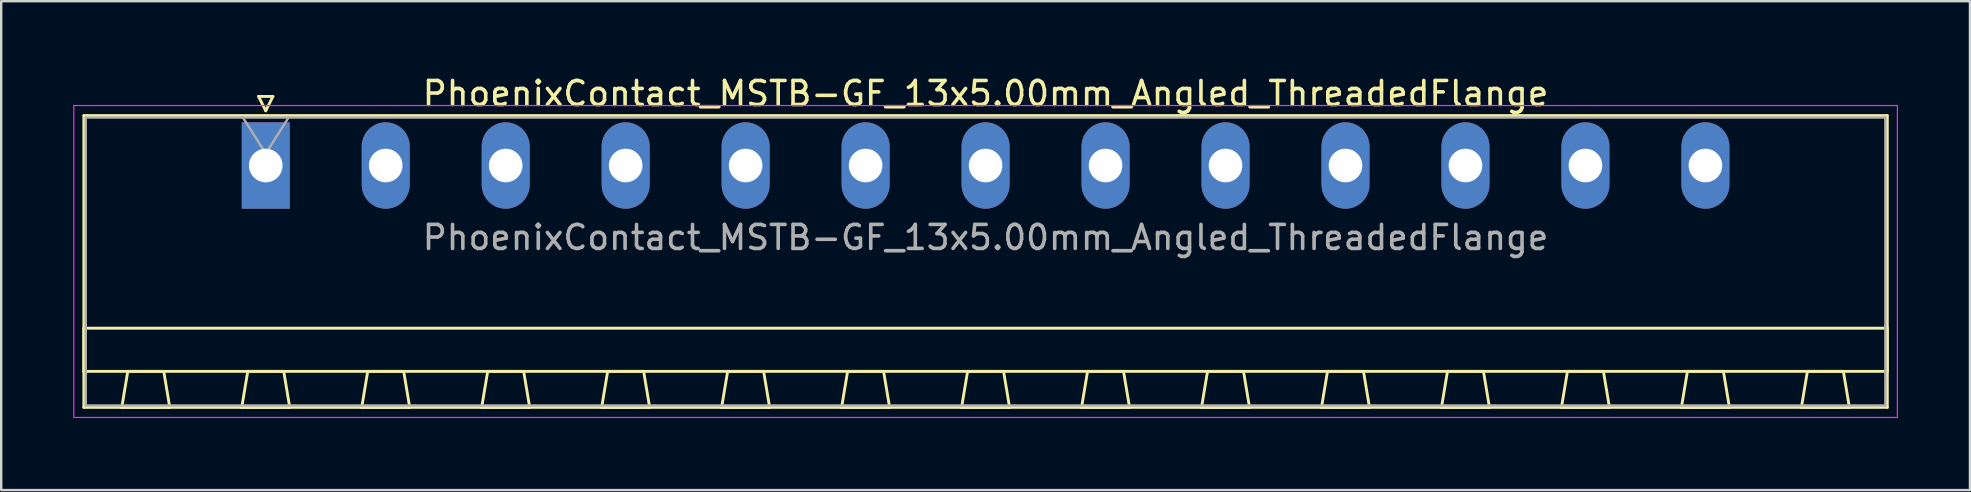
<source format=kicad_pcb>
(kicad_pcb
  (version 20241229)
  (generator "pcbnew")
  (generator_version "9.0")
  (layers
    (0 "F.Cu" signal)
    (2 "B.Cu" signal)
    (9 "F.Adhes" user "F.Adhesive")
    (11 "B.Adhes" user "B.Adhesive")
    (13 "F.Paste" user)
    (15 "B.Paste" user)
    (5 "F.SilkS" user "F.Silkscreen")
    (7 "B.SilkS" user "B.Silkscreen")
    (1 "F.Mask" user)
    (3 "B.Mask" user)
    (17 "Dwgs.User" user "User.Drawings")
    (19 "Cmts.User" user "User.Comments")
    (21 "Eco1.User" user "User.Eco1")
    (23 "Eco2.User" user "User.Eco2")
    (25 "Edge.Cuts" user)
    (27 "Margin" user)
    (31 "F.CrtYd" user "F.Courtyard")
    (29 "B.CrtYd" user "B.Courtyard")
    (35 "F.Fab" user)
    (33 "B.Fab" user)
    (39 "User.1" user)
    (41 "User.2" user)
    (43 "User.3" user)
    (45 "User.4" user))
  (footprint "PhoenixContact_MSTB-GF_13x5.00mm_Angled_ThreadedFlange"
    (layer "F.Cu")
    (at 8.025 3.848)
    (property "Reference" "PhoenixContact_MSTB-GF_13x5.00mm_Angled_ThreadedFlange" (at 30 -3 0) (layer "F.SilkS") (effects (font (size 1 1) (thickness 0.15))))
    (attr through_hole)
    (fp_line (start -7.58 -2.08) (end -7.58 10.08) (stroke (width 0.12) (type solid)) (layer "F.SilkS"))
    (fp_line (start -7.58 6.78) (end 67.58 6.78) (stroke (width 0.12) (type solid)) (layer "F.SilkS"))
    (fp_line (start -7.58 8.58) (end -7.58 6.78) (stroke (width 0.12) (type solid)) (layer "F.SilkS"))
    (fp_line (start -7.58 10.08) (end 67.58 10.08) (stroke (width 0.12) (type solid)) (layer "F.SilkS"))
    (fp_line (start -6 10.08) (end -4 10.08) (stroke (width 0.12) (type solid)) (layer "F.SilkS"))
    (fp_line (start -5.75 8.58) (end -6 10.08) (stroke (width 0.12) (type solid)) (layer "F.SilkS"))
    (fp_line (start -4.25 8.58) (end -5.75 8.58) (stroke (width 0.12) (type solid)) (layer "F.SilkS"))
    (fp_line (start -4 10.08) (end -4.25 8.58) (stroke (width 0.12) (type solid)) (layer "F.SilkS"))
    (fp_line (start -1 10.08) (end 1 10.08) (stroke (width 0.12) (type solid)) (layer "F.SilkS"))
    (fp_line (start -0.75 8.58) (end -1 10.08) (stroke (width 0.12) (type solid)) (layer "F.SilkS"))
    (fp_line (start -0.3 -2.88) (end 0.3 -2.88) (stroke (width 0.12) (type solid)) (layer "F.SilkS"))
    (fp_line (start 0 -2.28) (end -0.3 -2.88) (stroke (width 0.12) (type solid)) (layer "F.SilkS"))
    (fp_line (start 0.3 -2.88) (end 0 -2.28) (stroke (width 0.12) (type solid)) (layer "F.SilkS"))
    (fp_line (start 0.75 8.58) (end -0.75 8.58) (stroke (width 0.12) (type solid)) (layer "F.SilkS"))
    (fp_line (start 1 10.08) (end 0.75 8.58) (stroke (width 0.12) (type solid)) (layer "F.SilkS"))
    (fp_line (start 4 10.08) (end 6 10.08) (stroke (width 0.12) (type solid)) (layer "F.SilkS"))
    (fp_line (start 4.25 8.58) (end 4 10.08) (stroke (width 0.12) (type solid)) (layer "F.SilkS"))
    (fp_line (start 5.75 8.58) (end 4.25 8.58) (stroke (width 0.12) (type solid)) (layer "F.SilkS"))
    (fp_line (start 6 10.08) (end 5.75 8.58) (stroke (width 0.12) (type solid)) (layer "F.SilkS"))
    (fp_line (start 9 10.08) (end 11 10.08) (stroke (width 0.12) (type solid)) (layer "F.SilkS"))
    (fp_line (start 9.25 8.58) (end 9 10.08) (stroke (width 0.12) (type solid)) (layer "F.SilkS"))
    (fp_line (start 10.75 8.58) (end 9.25 8.58) (stroke (width 0.12) (type solid)) (layer "F.SilkS"))
    (fp_line (start 11 10.08) (end 10.75 8.58) (stroke (width 0.12) (type solid)) (layer "F.SilkS"))
    (fp_line (start 14 10.08) (end 16 10.08) (stroke (width 0.12) (type solid)) (layer "F.SilkS"))
    (fp_line (start 14.25 8.58) (end 14 10.08) (stroke (width 0.12) (type solid)) (layer "F.SilkS"))
    (fp_line (start 15.75 8.58) (end 14.25 8.58) (stroke (width 0.12) (type solid)) (layer "F.SilkS"))
    (fp_line (start 16 10.08) (end 15.75 8.58) (stroke (width 0.12) (type solid)) (layer "F.SilkS"))
    (fp_line (start 19 10.08) (end 21 10.08) (stroke (width 0.12) (type solid)) (layer "F.SilkS"))
    (fp_line (start 19.25 8.58) (end 19 10.08) (stroke (width 0.12) (type solid)) (layer "F.SilkS"))
    (fp_line (start 20.75 8.58) (end 19.25 8.58) (stroke (width 0.12) (type solid)) (layer "F.SilkS"))
    (fp_line (start 21 10.08) (end 20.75 8.58) (stroke (width 0.12) (type solid)) (layer "F.SilkS"))
    (fp_line (start 24 10.08) (end 26 10.08) (stroke (width 0.12) (type solid)) (layer "F.SilkS"))
    (fp_line (start 24.25 8.58) (end 24 10.08) (stroke (width 0.12) (type solid)) (layer "F.SilkS"))
    (fp_line (start 25.75 8.58) (end 24.25 8.58) (stroke (width 0.12) (type solid)) (layer "F.SilkS"))
    (fp_line (start 26 10.08) (end 25.75 8.58) (stroke (width 0.12) (type solid)) (layer "F.SilkS"))
    (fp_line (start 29 10.08) (end 31 10.08) (stroke (width 0.12) (type solid)) (layer "F.SilkS"))
    (fp_line (start 29.25 8.58) (end 29 10.08) (stroke (width 0.12) (type solid)) (layer "F.SilkS"))
    (fp_line (start 30.75 8.58) (end 29.25 8.58) (stroke (width 0.12) (type solid)) (layer "F.SilkS"))
    (fp_line (start 31 10.08) (end 30.75 8.58) (stroke (width 0.12) (type solid)) (layer "F.SilkS"))
    (fp_line (start 34 10.08) (end 36 10.08) (stroke (width 0.12) (type solid)) (layer "F.SilkS"))
    (fp_line (start 34.25 8.58) (end 34 10.08) (stroke (width 0.12) (type solid)) (layer "F.SilkS"))
    (fp_line (start 35.75 8.58) (end 34.25 8.58) (stroke (width 0.12) (type solid)) (layer "F.SilkS"))
    (fp_line (start 36 10.08) (end 35.75 8.58) (stroke (width 0.12) (type solid)) (layer "F.SilkS"))
    (fp_line (start 39 10.08) (end 41 10.08) (stroke (width 0.12) (type solid)) (layer "F.SilkS"))
    (fp_line (start 39.25 8.58) (end 39 10.08) (stroke (width 0.12) (type solid)) (layer "F.SilkS"))
    (fp_line (start 40.75 8.58) (end 39.25 8.58) (stroke (width 0.12) (type solid)) (layer "F.SilkS"))
    (fp_line (start 41 10.08) (end 40.75 8.58) (stroke (width 0.12) (type solid)) (layer "F.SilkS"))
    (fp_line (start 44 10.08) (end 46 10.08) (stroke (width 0.12) (type solid)) (layer "F.SilkS"))
    (fp_line (start 44.25 8.58) (end 44 10.08) (stroke (width 0.12) (type solid)) (layer "F.SilkS"))
    (fp_line (start 45.75 8.58) (end 44.25 8.58) (stroke (width 0.12) (type solid)) (layer "F.SilkS"))
    (fp_line (start 46 10.08) (end 45.75 8.58) (stroke (width 0.12) (type solid)) (layer "F.SilkS"))
    (fp_line (start 49 10.08) (end 51 10.08) (stroke (width 0.12) (type solid)) (layer "F.SilkS"))
    (fp_line (start 49.25 8.58) (end 49 10.08) (stroke (width 0.12) (type solid)) (layer "F.SilkS"))
    (fp_line (start 50.75 8.58) (end 49.25 8.58) (stroke (width 0.12) (type solid)) (layer "F.SilkS"))
    (fp_line (start 51 10.08) (end 50.75 8.58) (stroke (width 0.12) (type solid)) (layer "F.SilkS"))
    (fp_line (start 54 10.08) (end 56 10.08) (stroke (width 0.12) (type solid)) (layer "F.SilkS"))
    (fp_line (start 54.25 8.58) (end 54 10.08) (stroke (width 0.12) (type solid)) (layer "F.SilkS"))
    (fp_line (start 55.75 8.58) (end 54.25 8.58) (stroke (width 0.12) (type solid)) (layer "F.SilkS"))
    (fp_line (start 56 10.08) (end 55.75 8.58) (stroke (width 0.12) (type solid)) (layer "F.SilkS"))
    (fp_line (start 59 10.08) (end 61 10.08) (stroke (width 0.12) (type solid)) (layer "F.SilkS"))
    (fp_line (start 59.25 8.58) (end 59 10.08) (stroke (width 0.12) (type solid)) (layer "F.SilkS"))
    (fp_line (start 60.75 8.58) (end 59.25 8.58) (stroke (width 0.12) (type solid)) (layer "F.SilkS"))
    (fp_line (start 61 10.08) (end 60.75 8.58) (stroke (width 0.12) (type solid)) (layer "F.SilkS"))
    (fp_line (start 64 10.08) (end 66 10.08) (stroke (width 0.12) (type solid)) (layer "F.SilkS"))
    (fp_line (start 64.25 8.58) (end 64 10.08) (stroke (width 0.12) (type solid)) (layer "F.SilkS"))
    (fp_line (start 65.75 8.58) (end 64.25 8.58) (stroke (width 0.12) (type solid)) (layer "F.SilkS"))
    (fp_line (start 66 10.08) (end 65.75 8.58) (stroke (width 0.12) (type solid)) (layer "F.SilkS"))
    (fp_line (start 67.58 -2.08) (end -7.58 -2.08) (stroke (width 0.12) (type solid)) (layer "F.SilkS"))
    (fp_line (start 67.58 6.78) (end 67.58 8.58) (stroke (width 0.12) (type solid)) (layer "F.SilkS"))
    (fp_line (start 67.58 8.58) (end -7.58 8.58) (stroke (width 0.12) (type solid)) (layer "F.SilkS"))
    (fp_line (start 67.58 10.08) (end 67.58 -2.08) (stroke (width 0.12) (type solid)) (layer "F.SilkS"))
    (fp_line (start -8 -2.5) (end -8 10.5) (stroke (width 0.05) (type solid)) (layer "F.CrtYd"))
    (fp_line (start -8 10.5) (end 68 10.5) (stroke (width 0.05) (type solid)) (layer "F.CrtYd"))
    (fp_line (start 68 -2.5) (end -8 -2.5) (stroke (width 0.05) (type solid)) (layer "F.CrtYd"))
    (fp_line (start 68 10.5) (end 68 -2.5) (stroke (width 0.05) (type solid)) (layer "F.CrtYd"))
    (fp_line (start -7.5 -2) (end -7.5 10) (stroke (width 0.1) (type solid)) (layer "F.Fab"))
    (fp_line (start -7.5 10) (end 67.5 10) (stroke (width 0.1) (type solid)) (layer "F.Fab"))
    (fp_line (start 0 -0.5) (end -0.95 -2) (stroke (width 0.1) (type solid)) (layer "F.Fab"))
    (fp_line (start 0.95 -2) (end 0 -0.5) (stroke (width 0.1) (type solid)) (layer "F.Fab"))
    (fp_line (start 67.5 -2) (end -7.5 -2) (stroke (width 0.1) (type solid)) (layer "F.Fab"))
    (fp_line (start 67.5 10) (end 67.5 -2) (stroke (width 0.1) (type solid)) (layer "F.Fab"))
    (fp_text user "${REFERENCE}" (at 30 3 0) (layer "F.Fab") (effects (font (size 1 1) (thickness 0.15))))
    (pad "1" thru_hole rect (at 0 0) (size 2 3.6) (drill 1.4) (layers "*.Cu" "*.Mask"))
    (pad "2" thru_hole oval (at 5 0) (size 2 3.6) (drill 1.4) (layers "*.Cu" "*.Mask"))
    (pad "3" thru_hole oval (at 10 0) (size 2 3.6) (drill 1.4) (layers "*.Cu" "*.Mask"))
    (pad "4" thru_hole oval (at 15 0) (size 2 3.6) (drill 1.4) (layers "*.Cu" "*.Mask"))
    (pad "5" thru_hole oval (at 20 0) (size 2 3.6) (drill 1.4) (layers "*.Cu" "*.Mask"))
    (pad "6" thru_hole oval (at 25 0) (size 2 3.6) (drill 1.4) (layers "*.Cu" "*.Mask"))
    (pad "7" thru_hole oval (at 30 0) (size 2 3.6) (drill 1.4) (layers "*.Cu" "*.Mask"))
    (pad "8" thru_hole oval (at 35 0) (size 2 3.6) (drill 1.4) (layers "*.Cu" "*.Mask"))
    (pad "9" thru_hole oval (at 40 0) (size 2 3.6) (drill 1.4) (layers "*.Cu" "*.Mask"))
    (pad "10" thru_hole oval (at 45 0) (size 2 3.6) (drill 1.4) (layers "*.Cu" "*.Mask"))
    (pad "11" thru_hole oval (at 50 0) (size 2 3.6) (drill 1.4) (layers "*.Cu" "*.Mask"))
    (pad "12" thru_hole oval (at 55 0) (size 2 3.6) (drill 1.4) (layers "*.Cu" "*.Mask"))
    (pad "13" thru_hole oval (at 60 0) (size 2 3.6) (drill 1.4) (layers "*.Cu" "*.Mask")))
  (gr_rect
    (start -3 -3)
    (end 79.05 17.373)
    (stroke (width 0.1) (type default))
    (fill no)
    (layer "Edge.Cuts")))
</source>
